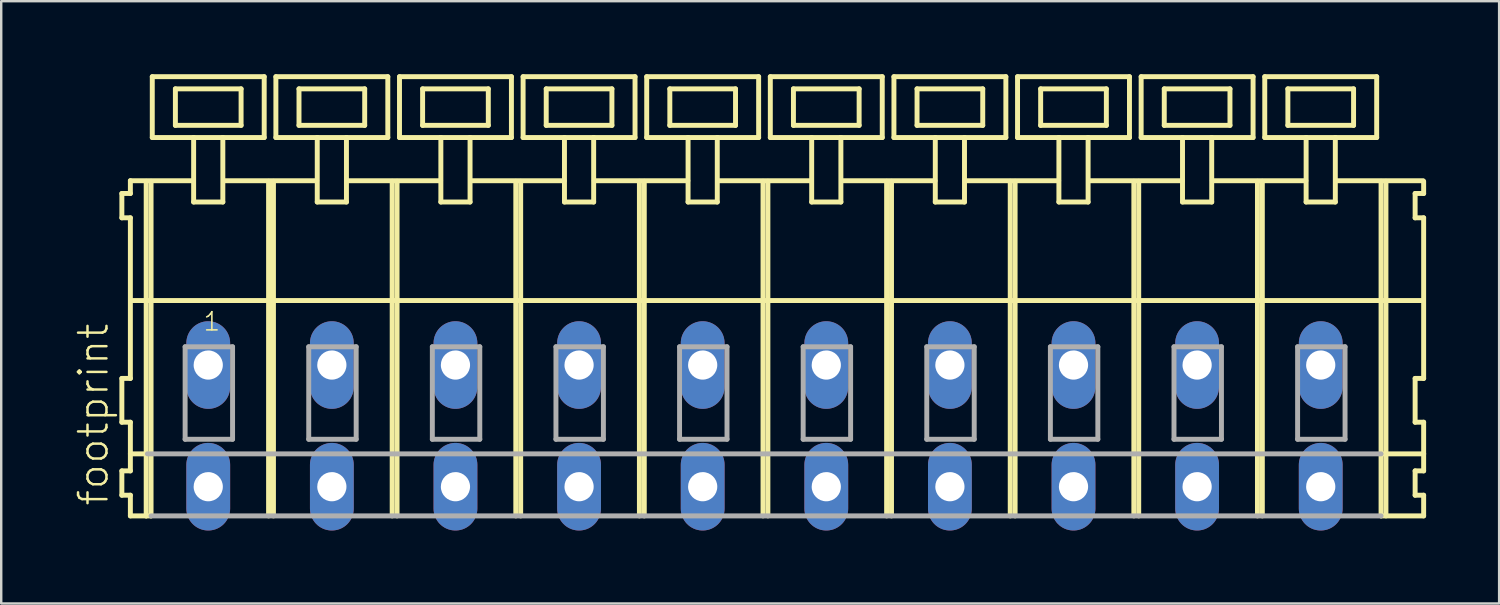
<source format=kicad_pcb>
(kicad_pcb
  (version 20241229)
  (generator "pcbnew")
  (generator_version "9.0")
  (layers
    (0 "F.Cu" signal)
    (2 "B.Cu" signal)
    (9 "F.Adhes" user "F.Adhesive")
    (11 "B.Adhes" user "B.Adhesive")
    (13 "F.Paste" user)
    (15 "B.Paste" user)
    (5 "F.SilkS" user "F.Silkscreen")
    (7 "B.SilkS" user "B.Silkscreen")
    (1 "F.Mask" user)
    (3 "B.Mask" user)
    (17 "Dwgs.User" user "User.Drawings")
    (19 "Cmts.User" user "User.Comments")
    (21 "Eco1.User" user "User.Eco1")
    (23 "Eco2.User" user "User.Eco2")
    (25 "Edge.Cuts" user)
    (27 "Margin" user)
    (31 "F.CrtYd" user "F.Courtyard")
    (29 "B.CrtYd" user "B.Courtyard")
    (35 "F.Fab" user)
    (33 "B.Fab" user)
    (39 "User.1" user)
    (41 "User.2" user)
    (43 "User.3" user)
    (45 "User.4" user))
  (footprint "footprint"
    (layer "F.Cu")
    (at 28.368 11.952)
    (property "Reference" "footprint" (at -26.895 5.855 90) (layer "F.SilkS") (effects (font (size 1.168 1.168) (thickness 0.102)) (justify left bottom)))
    (fp_line (start -26.41 -7.05) (end -26.41 -6.05) (stroke (width 0.203) (type solid)) (layer "F.SilkS"))
    (fp_line (start -26.41 -6.05) (end -26.06 -6.05) (stroke (width 0.203) (type solid)) (layer "F.SilkS"))
    (fp_line (start -26.41 0.55) (end -26.41 2.35) (stroke (width 0.203) (type solid)) (layer "F.SilkS"))
    (fp_line (start -26.41 2.35) (end -26.06 2.35) (stroke (width 0.203) (type solid)) (layer "F.SilkS"))
    (fp_line (start -26.41 4.35) (end -26.41 5.35) (stroke (width 0.203) (type solid)) (layer "F.SilkS"))
    (fp_line (start -26.41 5.35) (end -26.06 5.35) (stroke (width 0.203) (type solid)) (layer "F.SilkS"))
    (fp_line (start -26.06 -7.575) (end -26.06 -7.05) (stroke (width 0.203) (type solid)) (layer "F.SilkS"))
    (fp_line (start -26.06 -7.575) (end -23.485 -7.575) (stroke (width 0.203) (type solid)) (layer "F.SilkS"))
    (fp_line (start -26.06 -7.05) (end -26.41 -7.05) (stroke (width 0.203) (type solid)) (layer "F.SilkS"))
    (fp_line (start -26.06 -6.05) (end -26.06 0.55) (stroke (width 0.203) (type solid)) (layer "F.SilkS"))
    (fp_line (start -26.06 0.55) (end -26.41 0.55) (stroke (width 0.203) (type solid)) (layer "F.SilkS"))
    (fp_line (start -26.06 2.35) (end -26.06 4.35) (stroke (width 0.203) (type solid)) (layer "F.SilkS"))
    (fp_line (start -26.06 3.65) (end -25.36 3.65) (stroke (width 0.203) (type solid)) (layer "F.SilkS"))
    (fp_line (start -26.06 4.35) (end -26.41 4.35) (stroke (width 0.203) (type solid)) (layer "F.SilkS"))
    (fp_line (start -26.06 5.35) (end -26.06 6.2) (stroke (width 0.203) (type solid)) (layer "F.SilkS"))
    (fp_line (start -26.06 6.2) (end -25.41 6.2) (stroke (width 0.203) (type solid)) (layer "F.SilkS"))
    (fp_line (start -26.01 -2.65) (end 25.34 -2.65) (stroke (width 0.203) (type solid)) (layer "F.SilkS"))
    (fp_line (start -25.41 -7.55) (end -25.41 6.2) (stroke (width 0.203) (type solid)) (layer "F.SilkS"))
    (fp_line (start -25.41 6.2) (end -25.21 6.2) (stroke (width 0.203) (type solid)) (layer "F.SilkS"))
    (fp_line (start -25.21 -7.55) (end -25.21 6.2) (stroke (width 0.203) (type solid)) (layer "F.SilkS"))
    (fp_line (start -25.16 -11.85) (end -25.16 -9.35) (stroke (width 0.203) (type solid)) (layer "F.SilkS"))
    (fp_line (start -25.16 -9.35) (end -23.46 -9.35) (stroke (width 0.203) (type solid)) (layer "F.SilkS"))
    (fp_line (start -24.21 -11.35) (end -24.21 -9.85) (stroke (width 0.203) (type solid)) (layer "F.SilkS"))
    (fp_line (start -24.21 -9.85) (end -21.51 -9.85) (stroke (width 0.203) (type solid)) (layer "F.SilkS"))
    (fp_line (start -23.46 -9.35) (end -23.46 -6.7) (stroke (width 0.203) (type solid)) (layer "F.SilkS"))
    (fp_line (start -23.46 -9.35) (end -22.26 -9.35) (stroke (width 0.203) (type solid)) (layer "F.SilkS"))
    (fp_line (start -23.46 -6.7) (end -22.26 -6.7) (stroke (width 0.203) (type solid)) (layer "F.SilkS"))
    (fp_line (start -22.26 -9.35) (end -20.56 -9.35) (stroke (width 0.203) (type solid)) (layer "F.SilkS"))
    (fp_line (start -22.26 -6.7) (end -22.26 -9.35) (stroke (width 0.203) (type solid)) (layer "F.SilkS"))
    (fp_line (start -22.235 -7.575) (end -18.401 -7.575) (stroke (width 0.203) (type solid)) (layer "F.SilkS"))
    (fp_line (start -21.51 -11.35) (end -24.21 -11.35) (stroke (width 0.203) (type solid)) (layer "F.SilkS"))
    (fp_line (start -21.51 -9.85) (end -21.51 -11.35) (stroke (width 0.203) (type solid)) (layer "F.SilkS"))
    (fp_line (start -20.56 -11.85) (end -25.16 -11.85) (stroke (width 0.203) (type solid)) (layer "F.SilkS"))
    (fp_line (start -20.56 -9.35) (end -20.56 -11.85) (stroke (width 0.203) (type solid)) (layer "F.SilkS"))
    (fp_line (start -20.38 -7.55) (end -20.38 6.2) (stroke (width 0.203) (type solid)) (layer "F.SilkS"))
    (fp_line (start -20.18 -7.55) (end -20.18 6.2) (stroke (width 0.203) (type solid)) (layer "F.SilkS"))
    (fp_line (start -20.08 -11.85) (end -20.08 -9.35) (stroke (width 0.203) (type solid)) (layer "F.SilkS"))
    (fp_line (start -20.08 -9.35) (end -18.38 -9.35) (stroke (width 0.203) (type solid)) (layer "F.SilkS"))
    (fp_line (start -19.13 -11.35) (end -19.13 -9.85) (stroke (width 0.203) (type solid)) (layer "F.SilkS"))
    (fp_line (start -19.13 -9.85) (end -16.43 -9.85) (stroke (width 0.203) (type solid)) (layer "F.SilkS"))
    (fp_line (start -18.38 -9.35) (end -18.38 -6.7) (stroke (width 0.203) (type solid)) (layer "F.SilkS"))
    (fp_line (start -18.38 -9.35) (end -17.18 -9.35) (stroke (width 0.203) (type solid)) (layer "F.SilkS"))
    (fp_line (start -18.38 -6.7) (end -17.18 -6.7) (stroke (width 0.203) (type solid)) (layer "F.SilkS"))
    (fp_line (start -17.18 -9.35) (end -15.48 -9.35) (stroke (width 0.203) (type solid)) (layer "F.SilkS"))
    (fp_line (start -17.18 -6.7) (end -17.18 -9.35) (stroke (width 0.203) (type solid)) (layer "F.SilkS"))
    (fp_line (start -17.155 -7.575) (end -13.31 -7.575) (stroke (width 0.203) (type solid)) (layer "F.SilkS"))
    (fp_line (start -16.43 -11.35) (end -19.13 -11.35) (stroke (width 0.203) (type solid)) (layer "F.SilkS"))
    (fp_line (start -16.43 -9.85) (end -16.43 -11.35) (stroke (width 0.203) (type solid)) (layer "F.SilkS"))
    (fp_line (start -15.48 -11.85) (end -20.08 -11.85) (stroke (width 0.203) (type solid)) (layer "F.SilkS"))
    (fp_line (start -15.48 -9.35) (end -15.48 -11.85) (stroke (width 0.203) (type solid)) (layer "F.SilkS"))
    (fp_line (start -15.3 -7.55) (end -15.3 6.2) (stroke (width 0.203) (type solid)) (layer "F.SilkS"))
    (fp_line (start -15.1 -7.55) (end -15.1 6.2) (stroke (width 0.203) (type solid)) (layer "F.SilkS"))
    (fp_line (start -15 -11.85) (end -15 -9.35) (stroke (width 0.203) (type solid)) (layer "F.SilkS"))
    (fp_line (start -15 -9.35) (end -13.3 -9.35) (stroke (width 0.203) (type solid)) (layer "F.SilkS"))
    (fp_line (start -14.05 -11.35) (end -14.05 -9.85) (stroke (width 0.203) (type solid)) (layer "F.SilkS"))
    (fp_line (start -14.05 -9.85) (end -11.35 -9.85) (stroke (width 0.203) (type solid)) (layer "F.SilkS"))
    (fp_line (start -13.3 -9.35) (end -13.3 -6.7) (stroke (width 0.203) (type solid)) (layer "F.SilkS"))
    (fp_line (start -13.3 -9.35) (end -12.1 -9.35) (stroke (width 0.203) (type solid)) (layer "F.SilkS"))
    (fp_line (start -13.3 -6.7) (end -12.1 -6.7) (stroke (width 0.203) (type solid)) (layer "F.SilkS"))
    (fp_line (start -12.1 -9.35) (end -10.4 -9.35) (stroke (width 0.203) (type solid)) (layer "F.SilkS"))
    (fp_line (start -12.1 -6.7) (end -12.1 -9.35) (stroke (width 0.203) (type solid)) (layer "F.SilkS"))
    (fp_line (start -12.075 -7.575) (end -8.23 -7.575) (stroke (width 0.203) (type solid)) (layer "F.SilkS"))
    (fp_line (start -11.35 -11.35) (end -14.05 -11.35) (stroke (width 0.203) (type solid)) (layer "F.SilkS"))
    (fp_line (start -11.35 -9.85) (end -11.35 -11.35) (stroke (width 0.203) (type solid)) (layer "F.SilkS"))
    (fp_line (start -10.4 -11.85) (end -15 -11.85) (stroke (width 0.203) (type solid)) (layer "F.SilkS"))
    (fp_line (start -10.4 -9.35) (end -10.4 -11.85) (stroke (width 0.203) (type solid)) (layer "F.SilkS"))
    (fp_line (start -10.22 -7.55) (end -10.22 6.2) (stroke (width 0.203) (type solid)) (layer "F.SilkS"))
    (fp_line (start -10.02 -7.55) (end -10.02 6.2) (stroke (width 0.203) (type solid)) (layer "F.SilkS"))
    (fp_line (start -9.92 -11.85) (end -9.92 -9.35) (stroke (width 0.203) (type solid)) (layer "F.SilkS"))
    (fp_line (start -9.92 -9.35) (end -8.22 -9.35) (stroke (width 0.203) (type solid)) (layer "F.SilkS"))
    (fp_line (start -8.97 -11.35) (end -8.97 -9.85) (stroke (width 0.203) (type solid)) (layer "F.SilkS"))
    (fp_line (start -8.97 -9.85) (end -6.27 -9.85) (stroke (width 0.203) (type solid)) (layer "F.SilkS"))
    (fp_line (start -8.22 -9.35) (end -8.22 -6.7) (stroke (width 0.203) (type solid)) (layer "F.SilkS"))
    (fp_line (start -8.22 -9.35) (end -7.02 -9.35) (stroke (width 0.203) (type solid)) (layer "F.SilkS"))
    (fp_line (start -8.22 -6.7) (end -7.02 -6.7) (stroke (width 0.203) (type solid)) (layer "F.SilkS"))
    (fp_line (start -7.02 -9.35) (end -5.32 -9.35) (stroke (width 0.203) (type solid)) (layer "F.SilkS"))
    (fp_line (start -7.02 -6.7) (end -7.02 -9.35) (stroke (width 0.203) (type solid)) (layer "F.SilkS"))
    (fp_line (start -6.995 -7.575) (end -3.15 -7.575) (stroke (width 0.203) (type solid)) (layer "F.SilkS"))
    (fp_line (start -6.27 -11.35) (end -8.97 -11.35) (stroke (width 0.203) (type solid)) (layer "F.SilkS"))
    (fp_line (start -6.27 -9.85) (end -6.27 -11.35) (stroke (width 0.203) (type solid)) (layer "F.SilkS"))
    (fp_line (start -5.32 -11.85) (end -9.92 -11.85) (stroke (width 0.203) (type solid)) (layer "F.SilkS"))
    (fp_line (start -5.32 -9.35) (end -5.32 -11.85) (stroke (width 0.203) (type solid)) (layer "F.SilkS"))
    (fp_line (start -5.14 -7.55) (end -5.14 6.2) (stroke (width 0.203) (type solid)) (layer "F.SilkS"))
    (fp_line (start -4.94 -7.55) (end -4.94 6.2) (stroke (width 0.203) (type solid)) (layer "F.SilkS"))
    (fp_line (start -4.84 -11.85) (end -4.84 -9.35) (stroke (width 0.203) (type solid)) (layer "F.SilkS"))
    (fp_line (start -4.84 -9.35) (end -3.14 -9.35) (stroke (width 0.203) (type solid)) (layer "F.SilkS"))
    (fp_line (start -3.89 -11.35) (end -3.89 -9.85) (stroke (width 0.203) (type solid)) (layer "F.SilkS"))
    (fp_line (start -3.89 -9.85) (end -1.19 -9.85) (stroke (width 0.203) (type solid)) (layer "F.SilkS"))
    (fp_line (start -3.14 -9.35) (end -3.14 -6.7) (stroke (width 0.203) (type solid)) (layer "F.SilkS"))
    (fp_line (start -3.14 -9.35) (end -1.94 -9.35) (stroke (width 0.203) (type solid)) (layer "F.SilkS"))
    (fp_line (start -3.14 -6.7) (end -1.94 -6.7) (stroke (width 0.203) (type solid)) (layer "F.SilkS"))
    (fp_line (start -1.94 -9.35) (end -0.24 -9.35) (stroke (width 0.203) (type solid)) (layer "F.SilkS"))
    (fp_line (start -1.94 -6.7) (end -1.94 -9.35) (stroke (width 0.203) (type solid)) (layer "F.SilkS"))
    (fp_line (start -1.915 -7.575) (end 1.93 -7.575) (stroke (width 0.203) (type solid)) (layer "F.SilkS"))
    (fp_line (start -1.19 -11.35) (end -3.89 -11.35) (stroke (width 0.203) (type solid)) (layer "F.SilkS"))
    (fp_line (start -1.19 -9.85) (end -1.19 -11.35) (stroke (width 0.203) (type solid)) (layer "F.SilkS"))
    (fp_line (start -0.24 -11.85) (end -4.84 -11.85) (stroke (width 0.203) (type solid)) (layer "F.SilkS"))
    (fp_line (start -0.24 -9.35) (end -0.24 -11.85) (stroke (width 0.203) (type solid)) (layer "F.SilkS"))
    (fp_line (start -0.06 -7.55) (end -0.06 6.2) (stroke (width 0.203) (type solid)) (layer "F.SilkS"))
    (fp_line (start 0.14 -7.55) (end 0.14 6.2) (stroke (width 0.203) (type solid)) (layer "F.SilkS"))
    (fp_line (start 0.24 -11.85) (end 0.24 -9.35) (stroke (width 0.203) (type solid)) (layer "F.SilkS"))
    (fp_line (start 0.24 -9.35) (end 1.94 -9.35) (stroke (width 0.203) (type solid)) (layer "F.SilkS"))
    (fp_line (start 1.19 -11.35) (end 1.19 -9.85) (stroke (width 0.203) (type solid)) (layer "F.SilkS"))
    (fp_line (start 1.19 -9.85) (end 3.89 -9.85) (stroke (width 0.203) (type solid)) (layer "F.SilkS"))
    (fp_line (start 1.94 -9.35) (end 1.94 -6.7) (stroke (width 0.203) (type solid)) (layer "F.SilkS"))
    (fp_line (start 1.94 -9.35) (end 3.14 -9.35) (stroke (width 0.203) (type solid)) (layer "F.SilkS"))
    (fp_line (start 1.94 -6.7) (end 3.14 -6.7) (stroke (width 0.203) (type solid)) (layer "F.SilkS"))
    (fp_line (start 3.14 -9.35) (end 4.84 -9.35) (stroke (width 0.203) (type solid)) (layer "F.SilkS"))
    (fp_line (start 3.14 -6.7) (end 3.14 -9.35) (stroke (width 0.203) (type solid)) (layer "F.SilkS"))
    (fp_line (start 3.165 -7.575) (end 7.01 -7.575) (stroke (width 0.203) (type solid)) (layer "F.SilkS"))
    (fp_line (start 3.89 -11.35) (end 1.19 -11.35) (stroke (width 0.203) (type solid)) (layer "F.SilkS"))
    (fp_line (start 3.89 -9.85) (end 3.89 -11.35) (stroke (width 0.203) (type solid)) (layer "F.SilkS"))
    (fp_line (start 4.84 -11.85) (end 0.24 -11.85) (stroke (width 0.203) (type solid)) (layer "F.SilkS"))
    (fp_line (start 4.84 -9.35) (end 4.84 -11.85) (stroke (width 0.203) (type solid)) (layer "F.SilkS"))
    (fp_line (start 5.02 -7.55) (end 5.02 6.2) (stroke (width 0.203) (type solid)) (layer "F.SilkS"))
    (fp_line (start 5.22 -7.55) (end 5.22 6.2) (stroke (width 0.203) (type solid)) (layer "F.SilkS"))
    (fp_line (start 5.32 -11.85) (end 5.32 -9.35) (stroke (width 0.203) (type solid)) (layer "F.SilkS"))
    (fp_line (start 5.32 -9.35) (end 7.02 -9.35) (stroke (width 0.203) (type solid)) (layer "F.SilkS"))
    (fp_line (start 6.27 -11.35) (end 6.27 -9.85) (stroke (width 0.203) (type solid)) (layer "F.SilkS"))
    (fp_line (start 6.27 -9.85) (end 8.97 -9.85) (stroke (width 0.203) (type solid)) (layer "F.SilkS"))
    (fp_line (start 7.02 -9.35) (end 7.02 -6.7) (stroke (width 0.203) (type solid)) (layer "F.SilkS"))
    (fp_line (start 7.02 -9.35) (end 8.22 -9.35) (stroke (width 0.203) (type solid)) (layer "F.SilkS"))
    (fp_line (start 7.02 -6.7) (end 8.22 -6.7) (stroke (width 0.203) (type solid)) (layer "F.SilkS"))
    (fp_line (start 8.22 -9.35) (end 9.92 -9.35) (stroke (width 0.203) (type solid)) (layer "F.SilkS"))
    (fp_line (start 8.22 -6.7) (end 8.22 -9.35) (stroke (width 0.203) (type solid)) (layer "F.SilkS"))
    (fp_line (start 8.245 -7.575) (end 12.09 -7.575) (stroke (width 0.203) (type solid)) (layer "F.SilkS"))
    (fp_line (start 8.97 -11.35) (end 6.27 -11.35) (stroke (width 0.203) (type solid)) (layer "F.SilkS"))
    (fp_line (start 8.97 -9.85) (end 8.97 -11.35) (stroke (width 0.203) (type solid)) (layer "F.SilkS"))
    (fp_line (start 9.92 -11.85) (end 5.32 -11.85) (stroke (width 0.203) (type solid)) (layer "F.SilkS"))
    (fp_line (start 9.92 -9.35) (end 9.92 -11.85) (stroke (width 0.203) (type solid)) (layer "F.SilkS"))
    (fp_line (start 10.1 -7.55) (end 10.1 6.2) (stroke (width 0.203) (type solid)) (layer "F.SilkS"))
    (fp_line (start 10.3 -7.55) (end 10.3 6.2) (stroke (width 0.203) (type solid)) (layer "F.SilkS"))
    (fp_line (start 10.4 -11.85) (end 10.4 -9.35) (stroke (width 0.203) (type solid)) (layer "F.SilkS"))
    (fp_line (start 10.4 -9.35) (end 12.1 -9.35) (stroke (width 0.203) (type solid)) (layer "F.SilkS"))
    (fp_line (start 11.35 -11.35) (end 11.35 -9.85) (stroke (width 0.203) (type solid)) (layer "F.SilkS"))
    (fp_line (start 11.35 -9.85) (end 14.05 -9.85) (stroke (width 0.203) (type solid)) (layer "F.SilkS"))
    (fp_line (start 12.1 -9.35) (end 12.1 -6.7) (stroke (width 0.203) (type solid)) (layer "F.SilkS"))
    (fp_line (start 12.1 -9.35) (end 13.3 -9.35) (stroke (width 0.203) (type solid)) (layer "F.SilkS"))
    (fp_line (start 12.1 -6.7) (end 13.3 -6.7) (stroke (width 0.203) (type solid)) (layer "F.SilkS"))
    (fp_line (start 13.3 -9.35) (end 15 -9.35) (stroke (width 0.203) (type solid)) (layer "F.SilkS"))
    (fp_line (start 13.3 -6.7) (end 13.3 -9.35) (stroke (width 0.203) (type solid)) (layer "F.SilkS"))
    (fp_line (start 13.325 -7.575) (end 17.17 -7.575) (stroke (width 0.203) (type solid)) (layer "F.SilkS"))
    (fp_line (start 14.05 -11.35) (end 11.35 -11.35) (stroke (width 0.203) (type solid)) (layer "F.SilkS"))
    (fp_line (start 14.05 -9.85) (end 14.05 -11.35) (stroke (width 0.203) (type solid)) (layer "F.SilkS"))
    (fp_line (start 15 -11.85) (end 10.4 -11.85) (stroke (width 0.203) (type solid)) (layer "F.SilkS"))
    (fp_line (start 15 -9.35) (end 15 -11.85) (stroke (width 0.203) (type solid)) (layer "F.SilkS"))
    (fp_line (start 15.18 -7.55) (end 15.18 6.2) (stroke (width 0.203) (type solid)) (layer "F.SilkS"))
    (fp_line (start 15.38 -7.55) (end 15.38 6.2) (stroke (width 0.203) (type solid)) (layer "F.SilkS"))
    (fp_line (start 15.48 -11.85) (end 15.48 -9.35) (stroke (width 0.203) (type solid)) (layer "F.SilkS"))
    (fp_line (start 15.48 -9.35) (end 17.18 -9.35) (stroke (width 0.203) (type solid)) (layer "F.SilkS"))
    (fp_line (start 16.43 -11.35) (end 16.43 -9.85) (stroke (width 0.203) (type solid)) (layer "F.SilkS"))
    (fp_line (start 16.43 -9.85) (end 19.13 -9.85) (stroke (width 0.203) (type solid)) (layer "F.SilkS"))
    (fp_line (start 17.18 -9.35) (end 17.18 -6.7) (stroke (width 0.203) (type solid)) (layer "F.SilkS"))
    (fp_line (start 17.18 -9.35) (end 18.38 -9.35) (stroke (width 0.203) (type solid)) (layer "F.SilkS"))
    (fp_line (start 17.18 -6.7) (end 18.38 -6.7) (stroke (width 0.203) (type solid)) (layer "F.SilkS"))
    (fp_line (start 18.38 -9.35) (end 20.08 -9.35) (stroke (width 0.203) (type solid)) (layer "F.SilkS"))
    (fp_line (start 18.38 -6.7) (end 18.38 -9.35) (stroke (width 0.203) (type solid)) (layer "F.SilkS"))
    (fp_line (start 18.405 -7.575) (end 22.25 -7.575) (stroke (width 0.203) (type solid)) (layer "F.SilkS"))
    (fp_line (start 19.13 -11.35) (end 16.43 -11.35) (stroke (width 0.203) (type solid)) (layer "F.SilkS"))
    (fp_line (start 19.13 -9.85) (end 19.13 -11.35) (stroke (width 0.203) (type solid)) (layer "F.SilkS"))
    (fp_line (start 20.08 -11.85) (end 15.48 -11.85) (stroke (width 0.203) (type solid)) (layer "F.SilkS"))
    (fp_line (start 20.08 -9.35) (end 20.08 -11.85) (stroke (width 0.203) (type solid)) (layer "F.SilkS"))
    (fp_line (start 20.26 -7.55) (end 20.26 6.2) (stroke (width 0.203) (type solid)) (layer "F.SilkS"))
    (fp_line (start 20.46 -7.55) (end 20.46 6.2) (stroke (width 0.203) (type solid)) (layer "F.SilkS"))
    (fp_line (start 20.56 -11.85) (end 20.56 -9.35) (stroke (width 0.203) (type solid)) (layer "F.SilkS"))
    (fp_line (start 20.56 -9.35) (end 22.26 -9.35) (stroke (width 0.203) (type solid)) (layer "F.SilkS"))
    (fp_line (start 21.51 -11.35) (end 21.51 -9.85) (stroke (width 0.203) (type solid)) (layer "F.SilkS"))
    (fp_line (start 21.51 -9.85) (end 24.21 -9.85) (stroke (width 0.203) (type solid)) (layer "F.SilkS"))
    (fp_line (start 22.26 -9.35) (end 22.26 -6.7) (stroke (width 0.203) (type solid)) (layer "F.SilkS"))
    (fp_line (start 22.26 -9.35) (end 23.46 -9.35) (stroke (width 0.203) (type solid)) (layer "F.SilkS"))
    (fp_line (start 22.26 -6.7) (end 23.46 -6.7) (stroke (width 0.203) (type solid)) (layer "F.SilkS"))
    (fp_line (start 23.46 -9.35) (end 25.16 -9.35) (stroke (width 0.203) (type solid)) (layer "F.SilkS"))
    (fp_line (start 23.46 -6.7) (end 23.46 -9.35) (stroke (width 0.203) (type solid)) (layer "F.SilkS"))
    (fp_line (start 23.47 -7.575) (end 27.065 -7.575) (stroke (width 0.203) (type solid)) (layer "F.SilkS"))
    (fp_line (start 24.21 -11.35) (end 21.51 -11.35) (stroke (width 0.203) (type solid)) (layer "F.SilkS"))
    (fp_line (start 24.21 -9.85) (end 24.21 -11.35) (stroke (width 0.203) (type solid)) (layer "F.SilkS"))
    (fp_line (start 25.16 -11.85) (end 20.56 -11.85) (stroke (width 0.203) (type solid)) (layer "F.SilkS"))
    (fp_line (start 25.16 -9.35) (end 25.16 -11.85) (stroke (width 0.203) (type solid)) (layer "F.SilkS"))
    (fp_line (start 25.34 -7.55) (end 25.34 -2.65) (stroke (width 0.203) (type solid)) (layer "F.SilkS"))
    (fp_line (start 25.34 -2.65) (end 25.34 6.2) (stroke (width 0.203) (type solid)) (layer "F.SilkS"))
    (fp_line (start 25.34 -2.65) (end 27.04 -2.65) (stroke (width 0.203) (type solid)) (layer "F.SilkS"))
    (fp_line (start 25.34 6.2) (end 27.09 6.2) (stroke (width 0.203) (type solid)) (layer "F.SilkS"))
    (fp_line (start 25.39 3.65) (end 27.09 3.65) (stroke (width 0.203) (type solid)) (layer "F.SilkS"))
    (fp_line (start 25.54 -7.55) (end 25.54 6.2) (stroke (width 0.203) (type solid)) (layer "F.SilkS"))
    (fp_line (start 26.74 -7.05) (end 26.74 -6.05) (stroke (width 0.203) (type solid)) (layer "F.SilkS"))
    (fp_line (start 26.74 -6.05) (end 27.09 -6.05) (stroke (width 0.203) (type solid)) (layer "F.SilkS"))
    (fp_line (start 26.74 0.55) (end 26.74 2.35) (stroke (width 0.203) (type solid)) (layer "F.SilkS"))
    (fp_line (start 26.74 2.35) (end 27.09 2.35) (stroke (width 0.203) (type solid)) (layer "F.SilkS"))
    (fp_line (start 26.74 4.35) (end 26.74 5.35) (stroke (width 0.203) (type solid)) (layer "F.SilkS"))
    (fp_line (start 26.74 5.35) (end 27.09 5.35) (stroke (width 0.203) (type solid)) (layer "F.SilkS"))
    (fp_line (start 27.09 -7.05) (end 26.74 -7.05) (stroke (width 0.203) (type solid)) (layer "F.SilkS"))
    (fp_line (start 27.09 -7.05) (end 27.09 -7.55) (stroke (width 0.203) (type solid)) (layer "F.SilkS"))
    (fp_line (start 27.09 0.55) (end 26.74 0.55) (stroke (width 0.203) (type solid)) (layer "F.SilkS"))
    (fp_line (start 27.09 0.55) (end 27.09 -6.05) (stroke (width 0.203) (type solid)) (layer "F.SilkS"))
    (fp_line (start 27.09 3.65) (end 27.09 2.35) (stroke (width 0.203) (type solid)) (layer "F.SilkS"))
    (fp_line (start 27.09 4.35) (end 26.74 4.35) (stroke (width 0.203) (type solid)) (layer "F.SilkS"))
    (fp_line (start 27.09 4.35) (end 27.09 3.65) (stroke (width 0.203) (type solid)) (layer "F.SilkS"))
    (fp_line (start 27.09 6.2) (end 27.09 5.35) (stroke (width 0.203) (type solid)) (layer "F.SilkS"))
    (fp_line (start -25.36 3.65) (end 25.34 3.65) (stroke (width 0.203) (type solid)) (layer "F.Fab"))
    (fp_line (start -25.21 6.2) (end 25.34 6.2) (stroke (width 0.203) (type solid)) (layer "F.Fab"))
    (fp_line (start -23.81 -0.75) (end -23.81 3.05) (stroke (width 0.203) (type solid)) (layer "F.Fab"))
    (fp_line (start -23.81 3.05) (end -21.86 3.05) (stroke (width 0.203) (type solid)) (layer "F.Fab"))
    (fp_line (start -21.86 -0.75) (end -23.81 -0.75) (stroke (width 0.203) (type solid)) (layer "F.Fab"))
    (fp_line (start -21.86 3.05) (end -21.86 -0.75) (stroke (width 0.203) (type solid)) (layer "F.Fab"))
    (fp_line (start -18.73 -0.75) (end -18.73 3.05) (stroke (width 0.203) (type solid)) (layer "F.Fab"))
    (fp_line (start -18.73 3.05) (end -16.78 3.05) (stroke (width 0.203) (type solid)) (layer "F.Fab"))
    (fp_line (start -16.78 -0.75) (end -18.73 -0.75) (stroke (width 0.203) (type solid)) (layer "F.Fab"))
    (fp_line (start -16.78 3.05) (end -16.78 -0.75) (stroke (width 0.203) (type solid)) (layer "F.Fab"))
    (fp_line (start -13.65 -0.75) (end -13.65 3.05) (stroke (width 0.203) (type solid)) (layer "F.Fab"))
    (fp_line (start -13.65 3.05) (end -11.7 3.05) (stroke (width 0.203) (type solid)) (layer "F.Fab"))
    (fp_line (start -11.7 -0.75) (end -13.65 -0.75) (stroke (width 0.203) (type solid)) (layer "F.Fab"))
    (fp_line (start -11.7 3.05) (end -11.7 -0.75) (stroke (width 0.203) (type solid)) (layer "F.Fab"))
    (fp_line (start -8.57 -0.75) (end -8.57 3.05) (stroke (width 0.203) (type solid)) (layer "F.Fab"))
    (fp_line (start -8.57 3.05) (end -6.62 3.05) (stroke (width 0.203) (type solid)) (layer "F.Fab"))
    (fp_line (start -6.62 -0.75) (end -8.57 -0.75) (stroke (width 0.203) (type solid)) (layer "F.Fab"))
    (fp_line (start -6.62 3.05) (end -6.62 -0.75) (stroke (width 0.203) (type solid)) (layer "F.Fab"))
    (fp_line (start -3.49 -0.75) (end -3.49 3.05) (stroke (width 0.203) (type solid)) (layer "F.Fab"))
    (fp_line (start -3.49 3.05) (end -1.54 3.05) (stroke (width 0.203) (type solid)) (layer "F.Fab"))
    (fp_line (start -1.54 -0.75) (end -3.49 -0.75) (stroke (width 0.203) (type solid)) (layer "F.Fab"))
    (fp_line (start -1.54 3.05) (end -1.54 -0.75) (stroke (width 0.203) (type solid)) (layer "F.Fab"))
    (fp_line (start 1.59 -0.75) (end 1.59 3.05) (stroke (width 0.203) (type solid)) (layer "F.Fab"))
    (fp_line (start 1.59 3.05) (end 3.54 3.05) (stroke (width 0.203) (type solid)) (layer "F.Fab"))
    (fp_line (start 3.54 -0.75) (end 1.59 -0.75) (stroke (width 0.203) (type solid)) (layer "F.Fab"))
    (fp_line (start 3.54 3.05) (end 3.54 -0.75) (stroke (width 0.203) (type solid)) (layer "F.Fab"))
    (fp_line (start 6.67 -0.75) (end 6.67 3.05) (stroke (width 0.203) (type solid)) (layer "F.Fab"))
    (fp_line (start 6.67 3.05) (end 8.62 3.05) (stroke (width 0.203) (type solid)) (layer "F.Fab"))
    (fp_line (start 8.62 -0.75) (end 6.67 -0.75) (stroke (width 0.203) (type solid)) (layer "F.Fab"))
    (fp_line (start 8.62 3.05) (end 8.62 -0.75) (stroke (width 0.203) (type solid)) (layer "F.Fab"))
    (fp_line (start 11.75 -0.75) (end 11.75 3.05) (stroke (width 0.203) (type solid)) (layer "F.Fab"))
    (fp_line (start 11.75 3.05) (end 13.7 3.05) (stroke (width 0.203) (type solid)) (layer "F.Fab"))
    (fp_line (start 13.7 -0.75) (end 11.75 -0.75) (stroke (width 0.203) (type solid)) (layer "F.Fab"))
    (fp_line (start 13.7 3.05) (end 13.7 -0.75) (stroke (width 0.203) (type solid)) (layer "F.Fab"))
    (fp_line (start 16.83 -0.75) (end 16.83 3.05) (stroke (width 0.203) (type solid)) (layer "F.Fab"))
    (fp_line (start 16.83 3.05) (end 18.78 3.05) (stroke (width 0.203) (type solid)) (layer "F.Fab"))
    (fp_line (start 18.78 -0.75) (end 16.83 -0.75) (stroke (width 0.203) (type solid)) (layer "F.Fab"))
    (fp_line (start 18.78 3.05) (end 18.78 -0.75) (stroke (width 0.203) (type solid)) (layer "F.Fab"))
    (fp_line (start 21.91 -0.75) (end 21.91 3.05) (stroke (width 0.203) (type solid)) (layer "F.Fab"))
    (fp_line (start 21.91 3.05) (end 23.86 3.05) (stroke (width 0.203) (type solid)) (layer "F.Fab"))
    (fp_line (start 23.86 -0.75) (end 21.91 -0.75) (stroke (width 0.203) (type solid)) (layer "F.Fab"))
    (fp_line (start 23.86 3.05) (end 23.86 -0.75) (stroke (width 0.203) (type solid)) (layer "F.Fab"))
    (fp_text user "1" (at -23.11 -1.35 0) (layer "F.SilkS") (effects (font (size 0.748 0.748) (thickness 0.065)) (justify left bottom)))
    (pad "A1" thru_hole oval (at -22.86 0 90) (size 3.6 1.8) (drill 1.2) (layers "*.Cu" "*.Mask"))
    (pad "A2" thru_hole oval (at -17.78 0 90) (size 3.6 1.8) (drill 1.2) (layers "*.Cu" "*.Mask"))
    (pad "A3" thru_hole oval (at -12.7 0 90) (size 3.6 1.8) (drill 1.2) (layers "*.Cu" "*.Mask"))
    (pad "A4" thru_hole oval (at -7.62 0 90) (size 3.6 1.8) (drill 1.2) (layers "*.Cu" "*.Mask"))
    (pad "A5" thru_hole oval (at -2.54 0 90) (size 3.6 1.8) (drill 1.2) (layers "*.Cu" "*.Mask"))
    (pad "A6" thru_hole oval (at 2.54 0 90) (size 3.6 1.8) (drill 1.2) (layers "*.Cu" "*.Mask"))
    (pad "A7" thru_hole oval (at 7.62 0 90) (size 3.6 1.8) (drill 1.2) (layers "*.Cu" "*.Mask"))
    (pad "A8" thru_hole oval (at 12.7 0 90) (size 3.6 1.8) (drill 1.2) (layers "*.Cu" "*.Mask"))
    (pad "A9" thru_hole oval (at 17.78 0 90) (size 3.6 1.8) (drill 1.2) (layers "*.Cu" "*.Mask"))
    (pad "A10" thru_hole oval (at 22.86 0 90) (size 3.6 1.8) (drill 1.2) (layers "*.Cu" "*.Mask"))
    (pad "B1" thru_hole oval (at -22.86 5 90) (size 3.6 1.8) (drill 1.2) (layers "*.Cu" "*.Mask"))
    (pad "B2" thru_hole oval (at -17.78 5 90) (size 3.6 1.8) (drill 1.2) (layers "*.Cu" "*.Mask"))
    (pad "B3" thru_hole oval (at -12.7 5 90) (size 3.6 1.8) (drill 1.2) (layers "*.Cu" "*.Mask"))
    (pad "B4" thru_hole oval (at -7.62 5 90) (size 3.6 1.8) (drill 1.2) (layers "*.Cu" "*.Mask"))
    (pad "B5" thru_hole oval (at -2.54 5 90) (size 3.6 1.8) (drill 1.2) (layers "*.Cu" "*.Mask"))
    (pad "B6" thru_hole oval (at 2.54 5 90) (size 3.6 1.8) (drill 1.2) (layers "*.Cu" "*.Mask"))
    (pad "B7" thru_hole oval (at 7.62 5 90) (size 3.6 1.8) (drill 1.2) (layers "*.Cu" "*.Mask"))
    (pad "B8" thru_hole oval (at 12.7 5 90) (size 3.6 1.8) (drill 1.2) (layers "*.Cu" "*.Mask"))
    (pad "B9" thru_hole oval (at 17.78 5 90) (size 3.6 1.8) (drill 1.2) (layers "*.Cu" "*.Mask"))
    (pad "B10" thru_hole oval (at 22.86 5 90) (size 3.6 1.8) (drill 1.2) (layers "*.Cu" "*.Mask")))
  (gr_rect
    (start -3 -3)
    (end 58.56 21.752)
    (stroke (width 0.1) (type default))
    (fill no)
    (layer "Edge.Cuts")))
</source>
